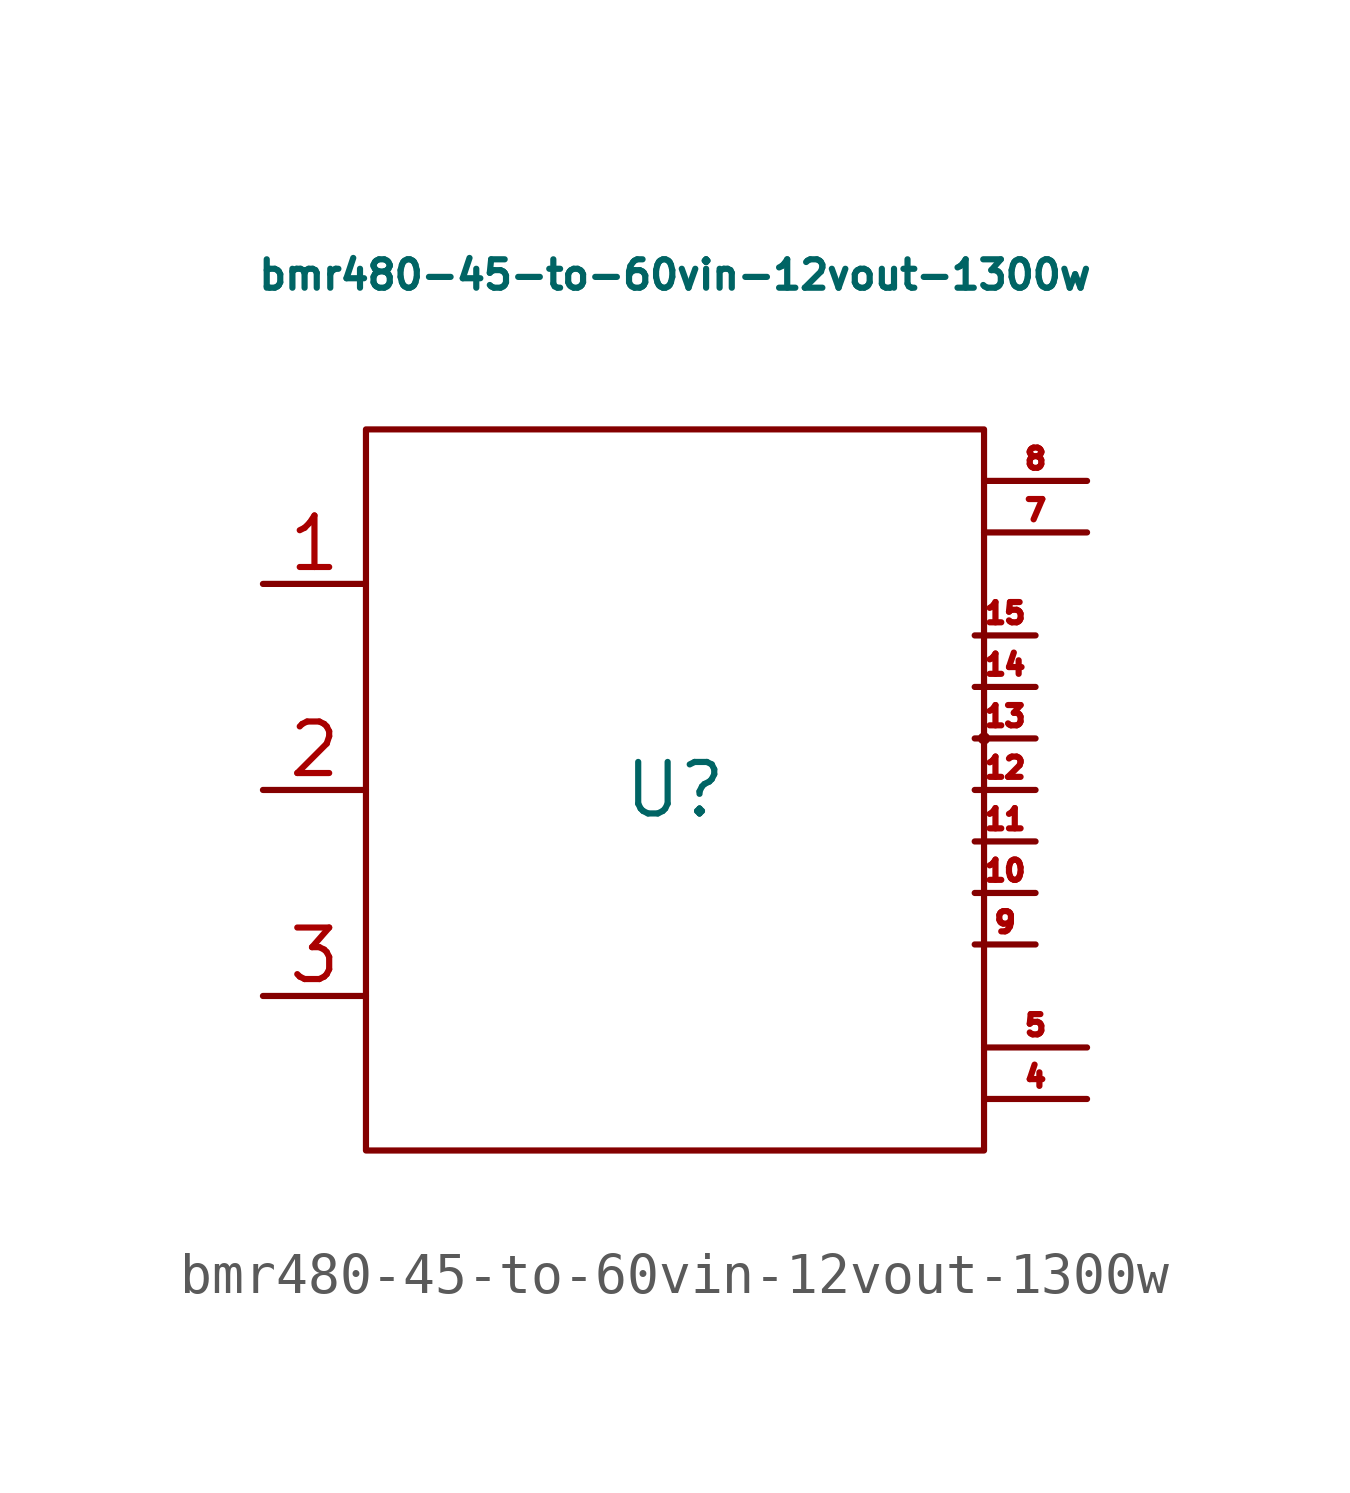
<source format=kicad_sym>
(kicad_symbol_lib
  (version 20211014)
  (generator kicad_symbol_editor)
  (symbol "bmr480-45-to-60vin-12vout-1300w"
    (pin_names hide)
    (property "Reference" "U"
      (at 0 0 0)
      (effects (font (size 1.27 1.27))))
    (property "Value" "bmr480-45-to-60vin-12vout-1300w"
      (at 0 12.7 0)
      (effects (font (size 0.7 0.7))))
    (symbol "bmr480-45-to-60vin-12vout-1300w_0_1"
      (rectangle (start 7.62 1.27) (end 7.62 1.27) (stroke (width 0) (type default) (color 0 0 0 0)) (fill (type none)))
      (rectangle (start 7.62 1.27) (end 7.62 1.27) (stroke (width 0) (type default) (color 0 0 0 0)) (fill (type none)))
      (rectangle (start 7.62 1.27) (end 7.62 1.27) (stroke (width 0) (type default) (color 0 0 0 0)) (fill (type none)))
      (rectangle (start 7.62 1.27) (end 7.62 1.27) (stroke (width 0) (type default) (color 0 0 0 0)) (fill (type none)))
      (circle (center 7.62 1.27) (radius 0.0001) (stroke (width 0) (type default) (color 0 0 0 0)) (fill (type none)))
      (rectangle (start 7.62 8.89) (end -7.62 -8.89) (stroke (width 0) (type default) (color 0 0 0 0)) (fill (type none))))
    (symbol "bmr480-45-to-60vin-12vout-1300w_1_1"
      (pin input line (at -10.16 5.08 0) (length 2.54) (name "" (effects (font (size 1.27 1.27)))) (number "1" (effects (font (size 1.27 1.27)))))
      (pin input line (at 8.89 -2.54 180) (length 1.5) (name "" (effects (font (size 0.5 0.5)))) (number "10" (effects (font (size 0.5 0.5)))))
      (pin input line (at 8.89 -1.27 180) (length 1.5) (name "" (effects (font (size 0.5 0.5)))) (number "11" (effects (font (size 0.5 0.5)))))
      (pin input line (at 8.89 0 180) (length 1.5) (name "" (effects (font (size 0.5 0.5)))) (number "12" (effects (font (size 0.5 0.5)))))
      (pin input line (at 8.89 1.27 180) (length 1.5) (name "" (effects (font (size 0.5 0.5)))) (number "13" (effects (font (size 0.5 0.5)))))
      (pin input line (at 8.89 2.54 180) (length 1.5) (name "" (effects (font (size 0.5 0.5)))) (number "14" (effects (font (size 0.5 0.5)))))
      (pin input line (at 8.89 3.81 180) (length 1.5) (name "" (effects (font (size 0.5 0.5)))) (number "15" (effects (font (size 0.5 0.5)))))
      (pin input line (at -10.16 0 0) (length 2.54) (name "" (effects (font (size 1.27 1.27)))) (number "2" (effects (font (size 1.27 1.27)))))
      (pin input line (at -10.16 -5.08 0) (length 2.54) (name "" (effects (font (size 1.27 1.27)))) (number "3" (effects (font (size 1.27 1.27)))))
      (pin input line (at 10.16 -7.62 180) (length 2.54) (name "" (effects (font (size 1.27 1.27)))) (number "4" (effects (font (size 0.5 0.5)))))
      (pin input line (at 10.16 -6.35 180) (length 2.54) (name "" (effects (font (size 1.27 1.27)))) (number "5" (effects (font (size 0.5 0.5)))))
      (pin input line (at 10.16 6.35 180) (length 2.54) (name "" (effects (font (size 1.27 1.27)))) (number "7" (effects (font (size 0.5 0.5)))))
      (pin input line (at 10.16 7.62 180) (length 2.54) (name "" (effects (font (size 1.27 1.27)))) (number "8" (effects (font (size 0.5 0.5)))))
      (pin input line (at 8.89 -3.81 180) (length 1.5) (name "" (effects (font (size 0.5 0.5)))) (number "9" (effects (font (size 0.5 0.5))))))))
</source>
